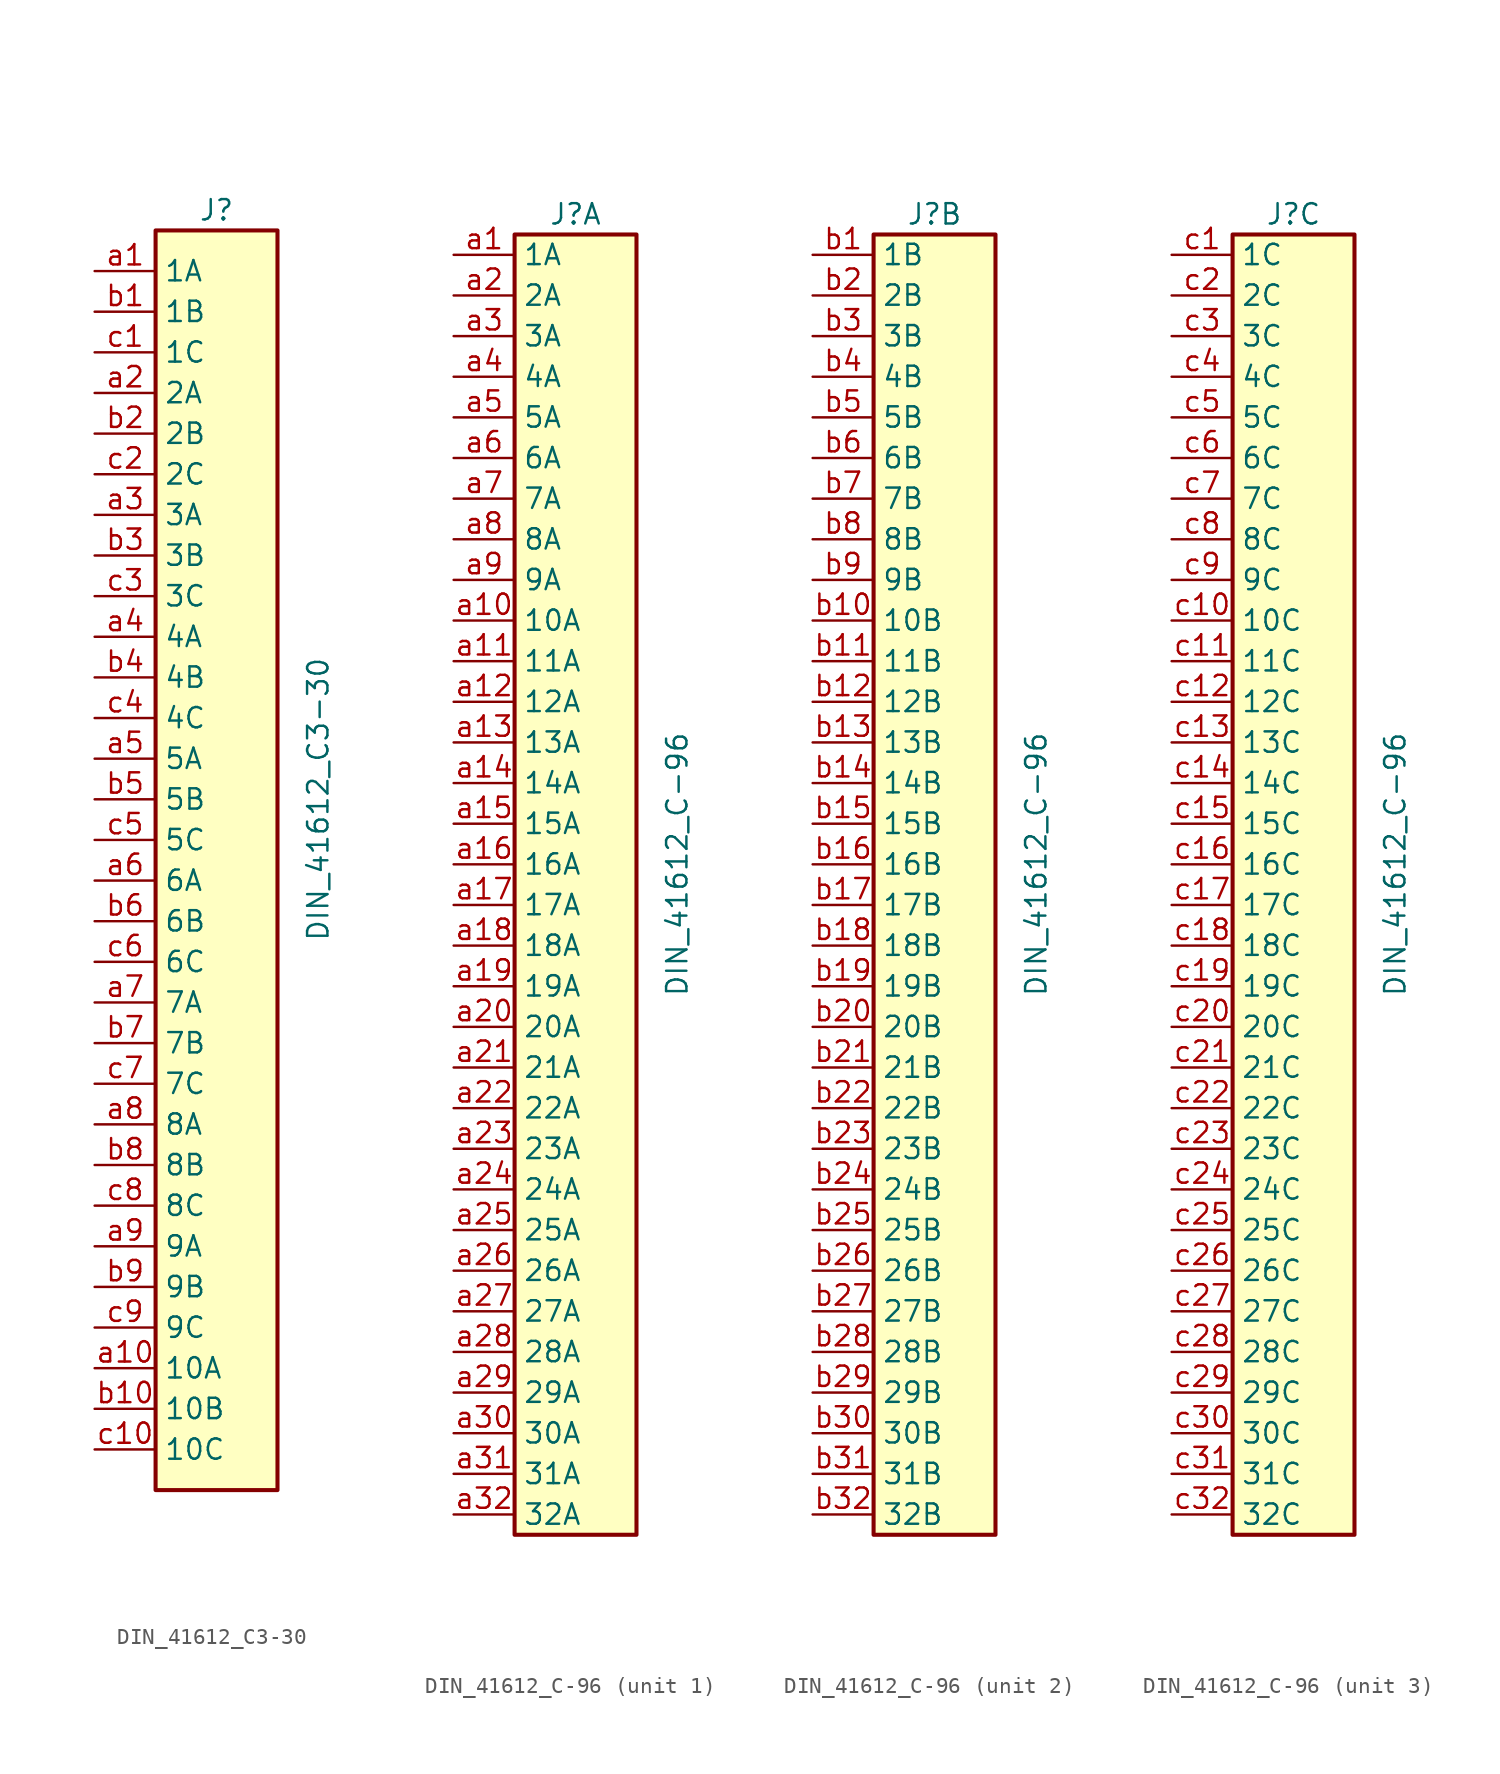
<source format=kicad_sym>
(kicad_symbol_lib
  (version 20200827)
  (generator kicad_symbol_editor)
  (symbol "Raphaël:DIN_41612_C3-30"
    (property "Reference" "J"
      (at 0 36.83 0)
      (effects (font (size 1.27 1.27))))
    (property "Value" "DIN_41612_C3-30"
      (at 6.35 0 90)
      (effects (font (size 1.27 1.27))))
    (symbol "DIN_41612_C3-30_0_1"
      (rectangle (start -3.81 35.56) (end 3.81 -43.18) (stroke (width 0.254)) (fill (type background))))
    (symbol "DIN_41612_C3-30_1_1"
      (pin passive line (at -7.62 33.02 0) (length 3.81) (name "1A" (effects (font (size 1.27 1.27)))) (number "a1" (effects (font (size 1.27 1.27)))))
      (pin passive line (at -7.62 -35.56 0) (length 3.81) (name "10A" (effects (font (size 1.27 1.27)))) (number "a10" (effects (font (size 1.27 1.27)))))
      (pin passive line (at -7.62 25.4 0) (length 3.81) (name "2A" (effects (font (size 1.27 1.27)))) (number "a2" (effects (font (size 1.27 1.27)))))
      (pin passive line (at -7.62 17.78 0) (length 3.81) (name "3A" (effects (font (size 1.27 1.27)))) (number "a3" (effects (font (size 1.27 1.27)))))
      (pin passive line (at -7.62 10.16 0) (length 3.81) (name "4A" (effects (font (size 1.27 1.27)))) (number "a4" (effects (font (size 1.27 1.27)))))
      (pin passive line (at -7.62 2.54 0) (length 3.81) (name "5A" (effects (font (size 1.27 1.27)))) (number "a5" (effects (font (size 1.27 1.27)))))
      (pin passive line (at -7.62 -5.08 0) (length 3.81) (name "6A" (effects (font (size 1.27 1.27)))) (number "a6" (effects (font (size 1.27 1.27)))))
      (pin passive line (at -7.62 -12.7 0) (length 3.81) (name "7A" (effects (font (size 1.27 1.27)))) (number "a7" (effects (font (size 1.27 1.27)))))
      (pin passive line (at -7.62 -20.32 0) (length 3.81) (name "8A" (effects (font (size 1.27 1.27)))) (number "a8" (effects (font (size 1.27 1.27)))))
      (pin passive line (at -7.62 -27.94 0) (length 3.81) (name "9A" (effects (font (size 1.27 1.27)))) (number "a9" (effects (font (size 1.27 1.27)))))
      (pin passive line (at -7.62 30.48 0) (length 3.81) (name "1B" (effects (font (size 1.27 1.27)))) (number "b1" (effects (font (size 1.27 1.27)))))
      (pin passive line (at -7.62 -38.1 0) (length 3.81) (name "10B" (effects (font (size 1.27 1.27)))) (number "b10" (effects (font (size 1.27 1.27)))))
      (pin passive line (at -7.62 22.86 0) (length 3.81) (name "2B" (effects (font (size 1.27 1.27)))) (number "b2" (effects (font (size 1.27 1.27)))))
      (pin passive line (at -7.62 15.24 0) (length 3.81) (name "3B" (effects (font (size 1.27 1.27)))) (number "b3" (effects (font (size 1.27 1.27)))))
      (pin passive line (at -7.62 7.62 0) (length 3.81) (name "4B" (effects (font (size 1.27 1.27)))) (number "b4" (effects (font (size 1.27 1.27)))))
      (pin passive line (at -7.62 0 0) (length 3.81) (name "5B" (effects (font (size 1.27 1.27)))) (number "b5" (effects (font (size 1.27 1.27)))))
      (pin passive line (at -7.62 -7.62 0) (length 3.81) (name "6B" (effects (font (size 1.27 1.27)))) (number "b6" (effects (font (size 1.27 1.27)))))
      (pin passive line (at -7.62 -15.24 0) (length 3.81) (name "7B" (effects (font (size 1.27 1.27)))) (number "b7" (effects (font (size 1.27 1.27)))))
      (pin passive line (at -7.62 -22.86 0) (length 3.81) (name "8B" (effects (font (size 1.27 1.27)))) (number "b8" (effects (font (size 1.27 1.27)))))
      (pin passive line (at -7.62 -30.48 0) (length 3.81) (name "9B" (effects (font (size 1.27 1.27)))) (number "b9" (effects (font (size 1.27 1.27)))))
      (pin passive line (at -7.62 27.94 0) (length 3.81) (name "1C" (effects (font (size 1.27 1.27)))) (number "c1" (effects (font (size 1.27 1.27)))))
      (pin passive line (at -7.62 -40.64 0) (length 3.81) (name "10C" (effects (font (size 1.27 1.27)))) (number "c10" (effects (font (size 1.27 1.27)))))
      (pin passive line (at -7.62 20.32 0) (length 3.81) (name "2C" (effects (font (size 1.27 1.27)))) (number "c2" (effects (font (size 1.27 1.27)))))
      (pin passive line (at -7.62 12.7 0) (length 3.81) (name "3C" (effects (font (size 1.27 1.27)))) (number "c3" (effects (font (size 1.27 1.27)))))
      (pin passive line (at -7.62 5.08 0) (length 3.81) (name "4C" (effects (font (size 1.27 1.27)))) (number "c4" (effects (font (size 1.27 1.27)))))
      (pin passive line (at -7.62 -2.54 0) (length 3.81) (name "5C" (effects (font (size 1.27 1.27)))) (number "c5" (effects (font (size 1.27 1.27)))))
      (pin passive line (at -7.62 -10.16 0) (length 3.81) (name "6C" (effects (font (size 1.27 1.27)))) (number "c6" (effects (font (size 1.27 1.27)))))
      (pin passive line (at -7.62 -17.78 0) (length 3.81) (name "7C" (effects (font (size 1.27 1.27)))) (number "c7" (effects (font (size 1.27 1.27)))))
      (pin passive line (at -7.62 -25.4 0) (length 3.81) (name "8C" (effects (font (size 1.27 1.27)))) (number "c8" (effects (font (size 1.27 1.27)))))
      (pin passive line (at -7.62 -33.02 0) (length 3.81) (name "9C" (effects (font (size 1.27 1.27)))) (number "c9" (effects (font (size 1.27 1.27)))))))
  (symbol "Raphaël:DIN_41612_C-96"
    (property "Reference" "J"
      (at 0 41.91 0)
      (effects (font (size 1.27 1.27))))
    (property "Value" "DIN_41612_C-96"
      (at 6.35 1.27 90)
      (effects (font (size 1.27 1.27))))
    (property "ki_locked" ""
      (at 0 0 0)
      (effects (font (size 1.27 1.27))))
    (symbol "DIN_41612_C-96_0_1"
      (rectangle (start -3.81 40.64) (end 3.81 -40.64) (stroke (width 0.254)) (fill (type background))))
    (symbol "DIN_41612_C-96_1_1"
      (pin passive line (at -7.62 39.37 0) (length 3.81) (name "1A" (effects (font (size 1.27 1.27)))) (number "a1" (effects (font (size 1.27 1.27)))))
      (pin passive line (at -7.62 16.51 0) (length 3.81) (name "10A" (effects (font (size 1.27 1.27)))) (number "a10" (effects (font (size 1.27 1.27)))))
      (pin passive line (at -7.62 13.97 0) (length 3.81) (name "11A" (effects (font (size 1.27 1.27)))) (number "a11" (effects (font (size 1.27 1.27)))))
      (pin passive line (at -7.62 11.43 0) (length 3.81) (name "12A" (effects (font (size 1.27 1.27)))) (number "a12" (effects (font (size 1.27 1.27)))))
      (pin passive line (at -7.62 8.89 0) (length 3.81) (name "13A" (effects (font (size 1.27 1.27)))) (number "a13" (effects (font (size 1.27 1.27)))))
      (pin passive line (at -7.62 6.35 0) (length 3.81) (name "14A" (effects (font (size 1.27 1.27)))) (number "a14" (effects (font (size 1.27 1.27)))))
      (pin passive line (at -7.62 3.81 0) (length 3.81) (name "15A" (effects (font (size 1.27 1.27)))) (number "a15" (effects (font (size 1.27 1.27)))))
      (pin passive line (at -7.62 1.27 0) (length 3.81) (name "16A" (effects (font (size 1.27 1.27)))) (number "a16" (effects (font (size 1.27 1.27)))))
      (pin passive line (at -7.62 -1.27 0) (length 3.81) (name "17A" (effects (font (size 1.27 1.27)))) (number "a17" (effects (font (size 1.27 1.27)))))
      (pin passive line (at -7.62 -3.81 0) (length 3.81) (name "18A" (effects (font (size 1.27 1.27)))) (number "a18" (effects (font (size 1.27 1.27)))))
      (pin passive line (at -7.62 -6.35 0) (length 3.81) (name "19A" (effects (font (size 1.27 1.27)))) (number "a19" (effects (font (size 1.27 1.27)))))
      (pin passive line (at -7.62 36.83 0) (length 3.81) (name "2A" (effects (font (size 1.27 1.27)))) (number "a2" (effects (font (size 1.27 1.27)))))
      (pin passive line (at -7.62 -8.89 0) (length 3.81) (name "20A" (effects (font (size 1.27 1.27)))) (number "a20" (effects (font (size 1.27 1.27)))))
      (pin passive line (at -7.62 -11.43 0) (length 3.81) (name "21A" (effects (font (size 1.27 1.27)))) (number "a21" (effects (font (size 1.27 1.27)))))
      (pin passive line (at -7.62 -13.97 0) (length 3.81) (name "22A" (effects (font (size 1.27 1.27)))) (number "a22" (effects (font (size 1.27 1.27)))))
      (pin passive line (at -7.62 -16.51 0) (length 3.81) (name "23A" (effects (font (size 1.27 1.27)))) (number "a23" (effects (font (size 1.27 1.27)))))
      (pin passive line (at -7.62 -19.05 0) (length 3.81) (name "24A" (effects (font (size 1.27 1.27)))) (number "a24" (effects (font (size 1.27 1.27)))))
      (pin passive line (at -7.62 -21.59 0) (length 3.81) (name "25A" (effects (font (size 1.27 1.27)))) (number "a25" (effects (font (size 1.27 1.27)))))
      (pin passive line (at -7.62 -24.13 0) (length 3.81) (name "26A" (effects (font (size 1.27 1.27)))) (number "a26" (effects (font (size 1.27 1.27)))))
      (pin passive line (at -7.62 -26.67 0) (length 3.81) (name "27A" (effects (font (size 1.27 1.27)))) (number "a27" (effects (font (size 1.27 1.27)))))
      (pin passive line (at -7.62 -29.21 0) (length 3.81) (name "28A" (effects (font (size 1.27 1.27)))) (number "a28" (effects (font (size 1.27 1.27)))))
      (pin passive line (at -7.62 -31.75 0) (length 3.81) (name "29A" (effects (font (size 1.27 1.27)))) (number "a29" (effects (font (size 1.27 1.27)))))
      (pin passive line (at -7.62 34.29 0) (length 3.81) (name "3A" (effects (font (size 1.27 1.27)))) (number "a3" (effects (font (size 1.27 1.27)))))
      (pin passive line (at -7.62 -34.29 0) (length 3.81) (name "30A" (effects (font (size 1.27 1.27)))) (number "a30" (effects (font (size 1.27 1.27)))))
      (pin passive line (at -7.62 -36.83 0) (length 3.81) (name "31A" (effects (font (size 1.27 1.27)))) (number "a31" (effects (font (size 1.27 1.27)))))
      (pin passive line (at -7.62 -39.37 0) (length 3.81) (name "32A" (effects (font (size 1.27 1.27)))) (number "a32" (effects (font (size 1.27 1.27)))))
      (pin passive line (at -7.62 31.75 0) (length 3.81) (name "4A" (effects (font (size 1.27 1.27)))) (number "a4" (effects (font (size 1.27 1.27)))))
      (pin passive line (at -7.62 29.21 0) (length 3.81) (name "5A" (effects (font (size 1.27 1.27)))) (number "a5" (effects (font (size 1.27 1.27)))))
      (pin passive line (at -7.62 26.67 0) (length 3.81) (name "6A" (effects (font (size 1.27 1.27)))) (number "a6" (effects (font (size 1.27 1.27)))))
      (pin passive line (at -7.62 24.13 0) (length 3.81) (name "7A" (effects (font (size 1.27 1.27)))) (number "a7" (effects (font (size 1.27 1.27)))))
      (pin passive line (at -7.62 21.59 0) (length 3.81) (name "8A" (effects (font (size 1.27 1.27)))) (number "a8" (effects (font (size 1.27 1.27)))))
      (pin passive line (at -7.62 19.05 0) (length 3.81) (name "9A" (effects (font (size 1.27 1.27)))) (number "a9" (effects (font (size 1.27 1.27))))))
    (symbol "DIN_41612_C-96_2_1"
      (pin passive line (at -7.62 39.37 0) (length 3.81) (name "1B" (effects (font (size 1.27 1.27)))) (number "b1" (effects (font (size 1.27 1.27)))))
      (pin passive line (at -7.62 16.51 0) (length 3.81) (name "10B" (effects (font (size 1.27 1.27)))) (number "b10" (effects (font (size 1.27 1.27)))))
      (pin passive line (at -7.62 13.97 0) (length 3.81) (name "11B" (effects (font (size 1.27 1.27)))) (number "b11" (effects (font (size 1.27 1.27)))))
      (pin passive line (at -7.62 11.43 0) (length 3.81) (name "12B" (effects (font (size 1.27 1.27)))) (number "b12" (effects (font (size 1.27 1.27)))))
      (pin passive line (at -7.62 8.89 0) (length 3.81) (name "13B" (effects (font (size 1.27 1.27)))) (number "b13" (effects (font (size 1.27 1.27)))))
      (pin passive line (at -7.62 6.35 0) (length 3.81) (name "14B" (effects (font (size 1.27 1.27)))) (number "b14" (effects (font (size 1.27 1.27)))))
      (pin passive line (at -7.62 3.81 0) (length 3.81) (name "15B" (effects (font (size 1.27 1.27)))) (number "b15" (effects (font (size 1.27 1.27)))))
      (pin passive line (at -7.62 1.27 0) (length 3.81) (name "16B" (effects (font (size 1.27 1.27)))) (number "b16" (effects (font (size 1.27 1.27)))))
      (pin passive line (at -7.62 -1.27 0) (length 3.81) (name "17B" (effects (font (size 1.27 1.27)))) (number "b17" (effects (font (size 1.27 1.27)))))
      (pin passive line (at -7.62 -3.81 0) (length 3.81) (name "18B" (effects (font (size 1.27 1.27)))) (number "b18" (effects (font (size 1.27 1.27)))))
      (pin passive line (at -7.62 -6.35 0) (length 3.81) (name "19B" (effects (font (size 1.27 1.27)))) (number "b19" (effects (font (size 1.27 1.27)))))
      (pin passive line (at -7.62 36.83 0) (length 3.81) (name "2B" (effects (font (size 1.27 1.27)))) (number "b2" (effects (font (size 1.27 1.27)))))
      (pin passive line (at -7.62 -8.89 0) (length 3.81) (name "20B" (effects (font (size 1.27 1.27)))) (number "b20" (effects (font (size 1.27 1.27)))))
      (pin passive line (at -7.62 -11.43 0) (length 3.81) (name "21B" (effects (font (size 1.27 1.27)))) (number "b21" (effects (font (size 1.27 1.27)))))
      (pin passive line (at -7.62 -13.97 0) (length 3.81) (name "22B" (effects (font (size 1.27 1.27)))) (number "b22" (effects (font (size 1.27 1.27)))))
      (pin passive line (at -7.62 -16.51 0) (length 3.81) (name "23B" (effects (font (size 1.27 1.27)))) (number "b23" (effects (font (size 1.27 1.27)))))
      (pin passive line (at -7.62 -19.05 0) (length 3.81) (name "24B" (effects (font (size 1.27 1.27)))) (number "b24" (effects (font (size 1.27 1.27)))))
      (pin passive line (at -7.62 -21.59 0) (length 3.81) (name "25B" (effects (font (size 1.27 1.27)))) (number "b25" (effects (font (size 1.27 1.27)))))
      (pin passive line (at -7.62 -24.13 0) (length 3.81) (name "26B" (effects (font (size 1.27 1.27)))) (number "b26" (effects (font (size 1.27 1.27)))))
      (pin passive line (at -7.62 -26.67 0) (length 3.81) (name "27B" (effects (font (size 1.27 1.27)))) (number "b27" (effects (font (size 1.27 1.27)))))
      (pin passive line (at -7.62 -29.21 0) (length 3.81) (name "28B" (effects (font (size 1.27 1.27)))) (number "b28" (effects (font (size 1.27 1.27)))))
      (pin passive line (at -7.62 -31.75 0) (length 3.81) (name "29B" (effects (font (size 1.27 1.27)))) (number "b29" (effects (font (size 1.27 1.27)))))
      (pin passive line (at -7.62 34.29 0) (length 3.81) (name "3B" (effects (font (size 1.27 1.27)))) (number "b3" (effects (font (size 1.27 1.27)))))
      (pin passive line (at -7.62 -34.29 0) (length 3.81) (name "30B" (effects (font (size 1.27 1.27)))) (number "b30" (effects (font (size 1.27 1.27)))))
      (pin passive line (at -7.62 -36.83 0) (length 3.81) (name "31B" (effects (font (size 1.27 1.27)))) (number "b31" (effects (font (size 1.27 1.27)))))
      (pin passive line (at -7.62 -39.37 0) (length 3.81) (name "32B" (effects (font (size 1.27 1.27)))) (number "b32" (effects (font (size 1.27 1.27)))))
      (pin passive line (at -7.62 31.75 0) (length 3.81) (name "4B" (effects (font (size 1.27 1.27)))) (number "b4" (effects (font (size 1.27 1.27)))))
      (pin passive line (at -7.62 29.21 0) (length 3.81) (name "5B" (effects (font (size 1.27 1.27)))) (number "b5" (effects (font (size 1.27 1.27)))))
      (pin passive line (at -7.62 26.67 0) (length 3.81) (name "6B" (effects (font (size 1.27 1.27)))) (number "b6" (effects (font (size 1.27 1.27)))))
      (pin passive line (at -7.62 24.13 0) (length 3.81) (name "7B" (effects (font (size 1.27 1.27)))) (number "b7" (effects (font (size 1.27 1.27)))))
      (pin passive line (at -7.62 21.59 0) (length 3.81) (name "8B" (effects (font (size 1.27 1.27)))) (number "b8" (effects (font (size 1.27 1.27)))))
      (pin passive line (at -7.62 19.05 0) (length 3.81) (name "9B" (effects (font (size 1.27 1.27)))) (number "b9" (effects (font (size 1.27 1.27))))))
    (symbol "DIN_41612_C-96_3_1"
      (pin passive line (at -7.62 39.37 0) (length 3.81) (name "1C" (effects (font (size 1.27 1.27)))) (number "c1" (effects (font (size 1.27 1.27)))))
      (pin passive line (at -7.62 16.51 0) (length 3.81) (name "10C" (effects (font (size 1.27 1.27)))) (number "c10" (effects (font (size 1.27 1.27)))))
      (pin passive line (at -7.62 13.97 0) (length 3.81) (name "11C" (effects (font (size 1.27 1.27)))) (number "c11" (effects (font (size 1.27 1.27)))))
      (pin passive line (at -7.62 11.43 0) (length 3.81) (name "12C" (effects (font (size 1.27 1.27)))) (number "c12" (effects (font (size 1.27 1.27)))))
      (pin passive line (at -7.62 8.89 0) (length 3.81) (name "13C" (effects (font (size 1.27 1.27)))) (number "c13" (effects (font (size 1.27 1.27)))))
      (pin passive line (at -7.62 6.35 0) (length 3.81) (name "14C" (effects (font (size 1.27 1.27)))) (number "c14" (effects (font (size 1.27 1.27)))))
      (pin passive line (at -7.62 3.81 0) (length 3.81) (name "15C" (effects (font (size 1.27 1.27)))) (number "c15" (effects (font (size 1.27 1.27)))))
      (pin passive line (at -7.62 1.27 0) (length 3.81) (name "16C" (effects (font (size 1.27 1.27)))) (number "c16" (effects (font (size 1.27 1.27)))))
      (pin passive line (at -7.62 -1.27 0) (length 3.81) (name "17C" (effects (font (size 1.27 1.27)))) (number "c17" (effects (font (size 1.27 1.27)))))
      (pin passive line (at -7.62 -3.81 0) (length 3.81) (name "18C" (effects (font (size 1.27 1.27)))) (number "c18" (effects (font (size 1.27 1.27)))))
      (pin passive line (at -7.62 -6.35 0) (length 3.81) (name "19C" (effects (font (size 1.27 1.27)))) (number "c19" (effects (font (size 1.27 1.27)))))
      (pin passive line (at -7.62 36.83 0) (length 3.81) (name "2C" (effects (font (size 1.27 1.27)))) (number "c2" (effects (font (size 1.27 1.27)))))
      (pin passive line (at -7.62 -8.89 0) (length 3.81) (name "20C" (effects (font (size 1.27 1.27)))) (number "c20" (effects (font (size 1.27 1.27)))))
      (pin passive line (at -7.62 -11.43 0) (length 3.81) (name "21C" (effects (font (size 1.27 1.27)))) (number "c21" (effects (font (size 1.27 1.27)))))
      (pin passive line (at -7.62 -13.97 0) (length 3.81) (name "22C" (effects (font (size 1.27 1.27)))) (number "c22" (effects (font (size 1.27 1.27)))))
      (pin passive line (at -7.62 -16.51 0) (length 3.81) (name "23C" (effects (font (size 1.27 1.27)))) (number "c23" (effects (font (size 1.27 1.27)))))
      (pin passive line (at -7.62 -19.05 0) (length 3.81) (name "24C" (effects (font (size 1.27 1.27)))) (number "c24" (effects (font (size 1.27 1.27)))))
      (pin passive line (at -7.62 -21.59 0) (length 3.81) (name "25C" (effects (font (size 1.27 1.27)))) (number "c25" (effects (font (size 1.27 1.27)))))
      (pin passive line (at -7.62 -24.13 0) (length 3.81) (name "26C" (effects (font (size 1.27 1.27)))) (number "c26" (effects (font (size 1.27 1.27)))))
      (pin passive line (at -7.62 -26.67 0) (length 3.81) (name "27C" (effects (font (size 1.27 1.27)))) (number "c27" (effects (font (size 1.27 1.27)))))
      (pin passive line (at -7.62 -29.21 0) (length 3.81) (name "28C" (effects (font (size 1.27 1.27)))) (number "c28" (effects (font (size 1.27 1.27)))))
      (pin passive line (at -7.62 -31.75 0) (length 3.81) (name "29C" (effects (font (size 1.27 1.27)))) (number "c29" (effects (font (size 1.27 1.27)))))
      (pin passive line (at -7.62 34.29 0) (length 3.81) (name "3C" (effects (font (size 1.27 1.27)))) (number "c3" (effects (font (size 1.27 1.27)))))
      (pin passive line (at -7.62 -34.29 0) (length 3.81) (name "30C" (effects (font (size 1.27 1.27)))) (number "c30" (effects (font (size 1.27 1.27)))))
      (pin passive line (at -7.62 -36.83 0) (length 3.81) (name "31C" (effects (font (size 1.27 1.27)))) (number "c31" (effects (font (size 1.27 1.27)))))
      (pin passive line (at -7.62 -39.37 0) (length 3.81) (name "32C" (effects (font (size 1.27 1.27)))) (number "c32" (effects (font (size 1.27 1.27)))))
      (pin passive line (at -7.62 31.75 0) (length 3.81) (name "4C" (effects (font (size 1.27 1.27)))) (number "c4" (effects (font (size 1.27 1.27)))))
      (pin passive line (at -7.62 29.21 0) (length 3.81) (name "5C" (effects (font (size 1.27 1.27)))) (number "c5" (effects (font (size 1.27 1.27)))))
      (pin passive line (at -7.62 26.67 0) (length 3.81) (name "6C" (effects (font (size 1.27 1.27)))) (number "c6" (effects (font (size 1.27 1.27)))))
      (pin passive line (at -7.62 24.13 0) (length 3.81) (name "7C" (effects (font (size 1.27 1.27)))) (number "c7" (effects (font (size 1.27 1.27)))))
      (pin passive line (at -7.62 21.59 0) (length 3.81) (name "8C" (effects (font (size 1.27 1.27)))) (number "c8" (effects (font (size 1.27 1.27)))))
      (pin passive line (at -7.62 19.05 0) (length 3.81) (name "9C" (effects (font (size 1.27 1.27)))) (number "c9" (effects (font (size 1.27 1.27))))))))
</source>
